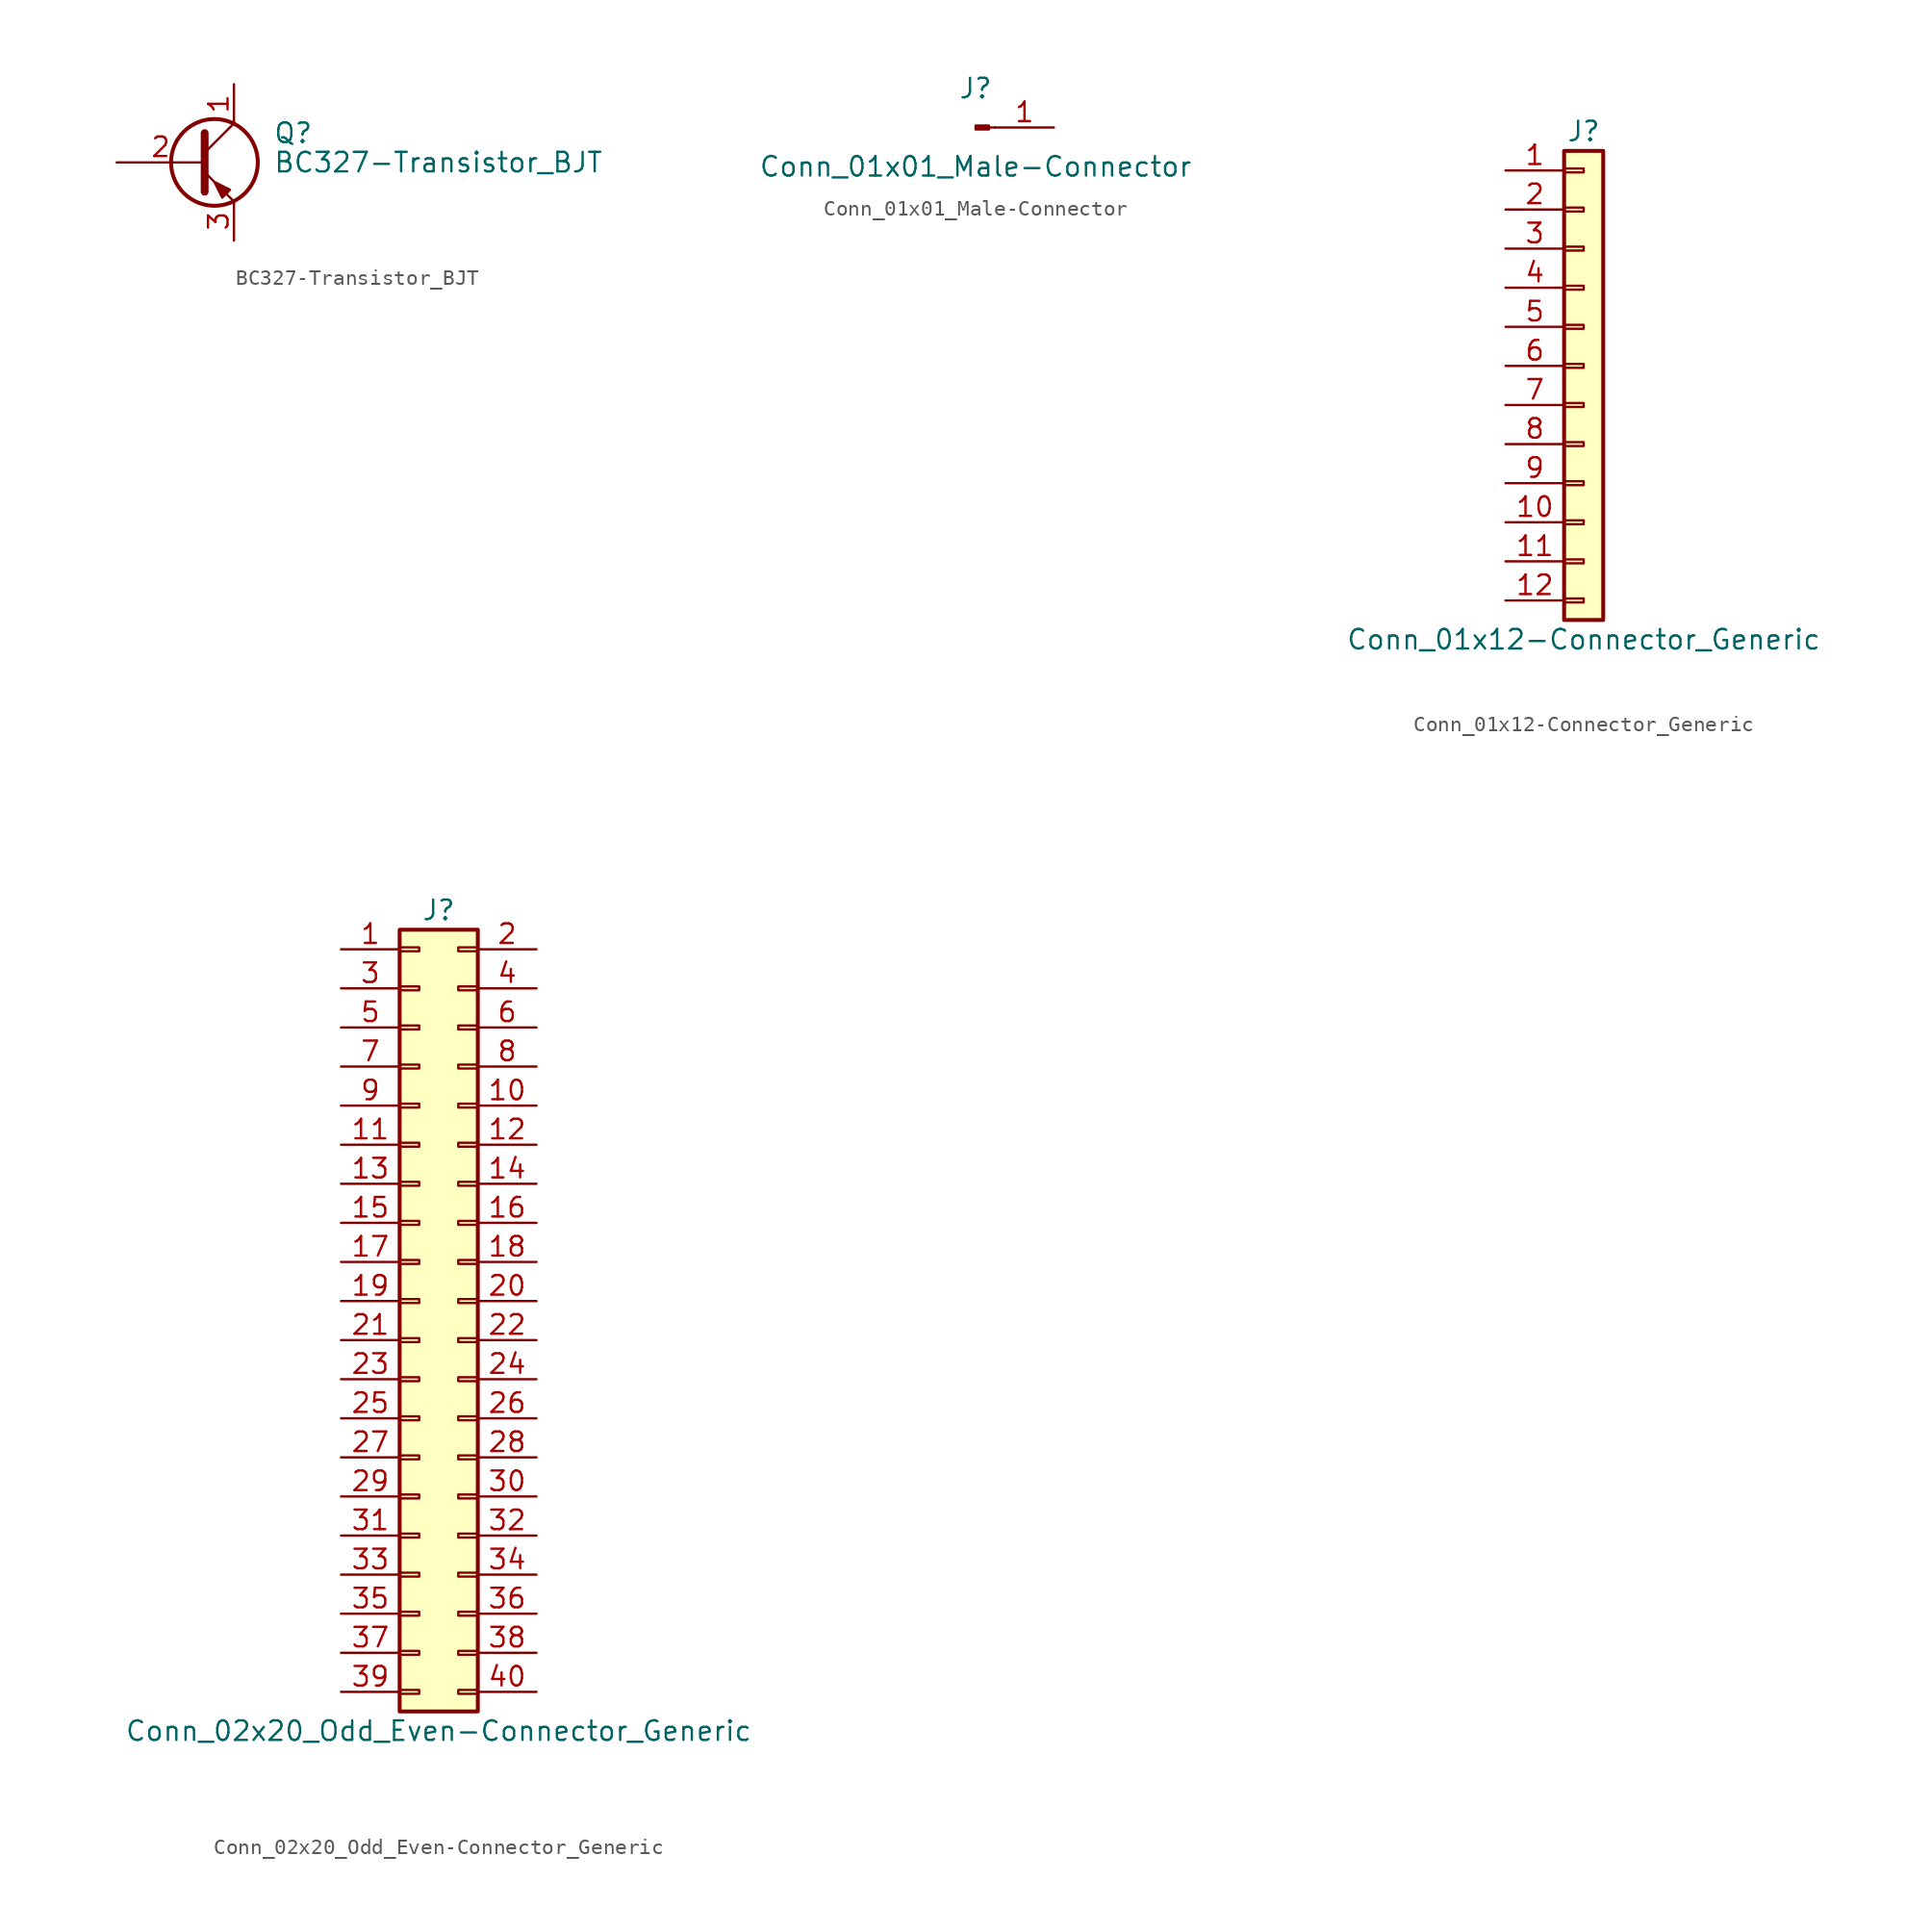
<source format=kicad_sym>
(kicad_symbol_lib
  (version 20220914)
  (generator kicad_symbol_editor)
  (symbol "BC327-Transistor_BJT"
    (pin_names
      (offset 0) hide)
    (property "Reference" "Q"
      (at 5.08 1.905 0)
      (effects (font (size 1.27 1.27)) (justify left)))
    (property "Value" "BC327-Transistor_BJT"
      (at 5.08 0 0)
      (effects (font (size 1.27 1.27)) (justify left)))
    (symbol "BC327-Transistor_BJT_0_1"
      (polyline (pts (xy 0.635 0.635) (xy 2.54 2.54)) (stroke (width 0) (type solid)) (fill (type none)))
      (polyline (pts (xy 0.635 -0.635) (xy 2.54 -2.54) (xy 2.54 -2.54)) (stroke (width 0) (type solid)) (fill (type none)))
      (polyline (pts (xy 0.635 1.905) (xy 0.635 -1.905) (xy 0.635 -1.905)) (stroke (width 0.508) (type solid)) (fill (type none)))
      (polyline (pts (xy 2.286 -1.778) (xy 1.778 -2.286) (xy 1.27 -1.27) (xy 2.286 -1.778) (xy 2.286 -1.778)) (stroke (width 0) (type solid)) (fill (type outline)))
      (circle (center 1.27 0) (radius 2.819) (stroke (width 0.254) (type solid)) (fill (type none))))
    (symbol "BC327-Transistor_BJT_1_1"
      (pin passive line (at 2.54 5.08 270) (length 2.54) (name "C" (effects (font (size 1.27 1.27)))) (number "1" (effects (font (size 1.27 1.27)))))
      (pin input line (at -5.08 0 0) (length 5.715) (name "B" (effects (font (size 1.27 1.27)))) (number "2" (effects (font (size 1.27 1.27)))))
      (pin passive line (at 2.54 -5.08 90) (length 2.54) (name "E" (effects (font (size 1.27 1.27)))) (number "3" (effects (font (size 1.27 1.27)))))))
  (symbol "Conn_01x01_Male-Connector"
    (pin_names
      (offset 1.016) hide)
    (property "Reference" "J"
      (at 0 2.54 0)
      (effects (font (size 1.27 1.27))))
    (property "Value" "Conn_01x01_Male-Connector"
      (at 0 -2.54 0)
      (effects (font (size 1.27 1.27))))
    (symbol "Conn_01x01_Male-Connector_1_1"
      (polyline (pts (xy 1.27 0) (xy 0.864 0)) (stroke (width 0.152) (type solid)) (fill (type none)))
      (rectangle (start 0.864 0.127) (end 0 -0.127) (stroke (width 0.152) (type solid)) (fill (type outline)))
      (pin passive line (at 5.08 0 180) (length 3.81) (name "Pin_1" (effects (font (size 1.27 1.27)))) (number "1" (effects (font (size 1.27 1.27)))))))
  (symbol "Conn_01x12-Connector_Generic"
    (pin_names
      (offset 1.016) hide)
    (property "Reference" "J"
      (at 0 15.24 0)
      (effects (font (size 1.27 1.27))))
    (property "Value" "Conn_01x12-Connector_Generic"
      (at 0 -17.78 0)
      (effects (font (size 1.27 1.27))))
    (symbol "Conn_01x12-Connector_Generic_1_1"
      (rectangle (start -1.27 -15.113) (end 0 -15.367) (stroke (width 0.152) (type solid)) (fill (type none)))
      (rectangle (start -1.27 -12.573) (end 0 -12.827) (stroke (width 0.152) (type solid)) (fill (type none)))
      (rectangle (start -1.27 -10.033) (end 0 -10.287) (stroke (width 0.152) (type solid)) (fill (type none)))
      (rectangle (start -1.27 -7.493) (end 0 -7.747) (stroke (width 0.152) (type solid)) (fill (type none)))
      (rectangle (start -1.27 -4.953) (end 0 -5.207) (stroke (width 0.152) (type solid)) (fill (type none)))
      (rectangle (start -1.27 -2.413) (end 0 -2.667) (stroke (width 0.152) (type solid)) (fill (type none)))
      (rectangle (start -1.27 0.127) (end 0 -0.127) (stroke (width 0.152) (type solid)) (fill (type none)))
      (rectangle (start -1.27 2.667) (end 0 2.413) (stroke (width 0.152) (type solid)) (fill (type none)))
      (rectangle (start -1.27 5.207) (end 0 4.953) (stroke (width 0.152) (type solid)) (fill (type none)))
      (rectangle (start -1.27 7.747) (end 0 7.493) (stroke (width 0.152) (type solid)) (fill (type none)))
      (rectangle (start -1.27 10.287) (end 0 10.033) (stroke (width 0.152) (type solid)) (fill (type none)))
      (rectangle (start -1.27 12.827) (end 0 12.573) (stroke (width 0.152) (type solid)) (fill (type none)))
      (rectangle (start -1.27 13.97) (end 1.27 -16.51) (stroke (width 0.254) (type solid)) (fill (type background)))
      (pin passive line (at -5.08 12.7 0) (length 3.81) (name "Pin_1" (effects (font (size 1.27 1.27)))) (number "1" (effects (font (size 1.27 1.27)))))
      (pin passive line (at -5.08 -10.16 0) (length 3.81) (name "Pin_10" (effects (font (size 1.27 1.27)))) (number "10" (effects (font (size 1.27 1.27)))))
      (pin passive line (at -5.08 -12.7 0) (length 3.81) (name "Pin_11" (effects (font (size 1.27 1.27)))) (number "11" (effects (font (size 1.27 1.27)))))
      (pin passive line (at -5.08 -15.24 0) (length 3.81) (name "Pin_12" (effects (font (size 1.27 1.27)))) (number "12" (effects (font (size 1.27 1.27)))))
      (pin passive line (at -5.08 10.16 0) (length 3.81) (name "Pin_2" (effects (font (size 1.27 1.27)))) (number "2" (effects (font (size 1.27 1.27)))))
      (pin passive line (at -5.08 7.62 0) (length 3.81) (name "Pin_3" (effects (font (size 1.27 1.27)))) (number "3" (effects (font (size 1.27 1.27)))))
      (pin passive line (at -5.08 5.08 0) (length 3.81) (name "Pin_4" (effects (font (size 1.27 1.27)))) (number "4" (effects (font (size 1.27 1.27)))))
      (pin passive line (at -5.08 2.54 0) (length 3.81) (name "Pin_5" (effects (font (size 1.27 1.27)))) (number "5" (effects (font (size 1.27 1.27)))))
      (pin passive line (at -5.08 0 0) (length 3.81) (name "Pin_6" (effects (font (size 1.27 1.27)))) (number "6" (effects (font (size 1.27 1.27)))))
      (pin passive line (at -5.08 -2.54 0) (length 3.81) (name "Pin_7" (effects (font (size 1.27 1.27)))) (number "7" (effects (font (size 1.27 1.27)))))
      (pin passive line (at -5.08 -5.08 0) (length 3.81) (name "Pin_8" (effects (font (size 1.27 1.27)))) (number "8" (effects (font (size 1.27 1.27)))))
      (pin passive line (at -5.08 -7.62 0) (length 3.81) (name "Pin_9" (effects (font (size 1.27 1.27)))) (number "9" (effects (font (size 1.27 1.27)))))))
  (symbol "Conn_02x20_Odd_Even-Connector_Generic"
    (pin_names
      (offset 1.016) hide)
    (property "Reference" "J"
      (at 1.27 25.4 0)
      (effects (font (size 1.27 1.27))))
    (property "Value" "Conn_02x20_Odd_Even-Connector_Generic"
      (at 1.27 -27.94 0)
      (effects (font (size 1.27 1.27))))
    (symbol "Conn_02x20_Odd_Even-Connector_Generic_1_1"
      (rectangle (start -1.27 -25.273) (end 0 -25.527) (stroke (width 0.152) (type solid)) (fill (type none)))
      (rectangle (start -1.27 -22.733) (end 0 -22.987) (stroke (width 0.152) (type solid)) (fill (type none)))
      (rectangle (start -1.27 -20.193) (end 0 -20.447) (stroke (width 0.152) (type solid)) (fill (type none)))
      (rectangle (start -1.27 -17.653) (end 0 -17.907) (stroke (width 0.152) (type solid)) (fill (type none)))
      (rectangle (start -1.27 -15.113) (end 0 -15.367) (stroke (width 0.152) (type solid)) (fill (type none)))
      (rectangle (start -1.27 -12.573) (end 0 -12.827) (stroke (width 0.152) (type solid)) (fill (type none)))
      (rectangle (start -1.27 -10.033) (end 0 -10.287) (stroke (width 0.152) (type solid)) (fill (type none)))
      (rectangle (start -1.27 -7.493) (end 0 -7.747) (stroke (width 0.152) (type solid)) (fill (type none)))
      (rectangle (start -1.27 -4.953) (end 0 -5.207) (stroke (width 0.152) (type solid)) (fill (type none)))
      (rectangle (start -1.27 -2.413) (end 0 -2.667) (stroke (width 0.152) (type solid)) (fill (type none)))
      (rectangle (start -1.27 0.127) (end 0 -0.127) (stroke (width 0.152) (type solid)) (fill (type none)))
      (rectangle (start -1.27 2.667) (end 0 2.413) (stroke (width 0.152) (type solid)) (fill (type none)))
      (rectangle (start -1.27 5.207) (end 0 4.953) (stroke (width 0.152) (type solid)) (fill (type none)))
      (rectangle (start -1.27 7.747) (end 0 7.493) (stroke (width 0.152) (type solid)) (fill (type none)))
      (rectangle (start -1.27 10.287) (end 0 10.033) (stroke (width 0.152) (type solid)) (fill (type none)))
      (rectangle (start -1.27 12.827) (end 0 12.573) (stroke (width 0.152) (type solid)) (fill (type none)))
      (rectangle (start -1.27 15.367) (end 0 15.113) (stroke (width 0.152) (type solid)) (fill (type none)))
      (rectangle (start -1.27 17.907) (end 0 17.653) (stroke (width 0.152) (type solid)) (fill (type none)))
      (rectangle (start -1.27 20.447) (end 0 20.193) (stroke (width 0.152) (type solid)) (fill (type none)))
      (rectangle (start -1.27 22.987) (end 0 22.733) (stroke (width 0.152) (type solid)) (fill (type none)))
      (rectangle (start -1.27 24.13) (end 3.81 -26.67) (stroke (width 0.254) (type solid)) (fill (type background)))
      (rectangle (start 3.81 -25.273) (end 2.54 -25.527) (stroke (width 0.152) (type solid)) (fill (type none)))
      (rectangle (start 3.81 -22.733) (end 2.54 -22.987) (stroke (width 0.152) (type solid)) (fill (type none)))
      (rectangle (start 3.81 -20.193) (end 2.54 -20.447) (stroke (width 0.152) (type solid)) (fill (type none)))
      (rectangle (start 3.81 -17.653) (end 2.54 -17.907) (stroke (width 0.152) (type solid)) (fill (type none)))
      (rectangle (start 3.81 -15.113) (end 2.54 -15.367) (stroke (width 0.152) (type solid)) (fill (type none)))
      (rectangle (start 3.81 -12.573) (end 2.54 -12.827) (stroke (width 0.152) (type solid)) (fill (type none)))
      (rectangle (start 3.81 -10.033) (end 2.54 -10.287) (stroke (width 0.152) (type solid)) (fill (type none)))
      (rectangle (start 3.81 -7.493) (end 2.54 -7.747) (stroke (width 0.152) (type solid)) (fill (type none)))
      (rectangle (start 3.81 -4.953) (end 2.54 -5.207) (stroke (width 0.152) (type solid)) (fill (type none)))
      (rectangle (start 3.81 -2.413) (end 2.54 -2.667) (stroke (width 0.152) (type solid)) (fill (type none)))
      (rectangle (start 3.81 0.127) (end 2.54 -0.127) (stroke (width 0.152) (type solid)) (fill (type none)))
      (rectangle (start 3.81 2.667) (end 2.54 2.413) (stroke (width 0.152) (type solid)) (fill (type none)))
      (rectangle (start 3.81 5.207) (end 2.54 4.953) (stroke (width 0.152) (type solid)) (fill (type none)))
      (rectangle (start 3.81 7.747) (end 2.54 7.493) (stroke (width 0.152) (type solid)) (fill (type none)))
      (rectangle (start 3.81 10.287) (end 2.54 10.033) (stroke (width 0.152) (type solid)) (fill (type none)))
      (rectangle (start 3.81 12.827) (end 2.54 12.573) (stroke (width 0.152) (type solid)) (fill (type none)))
      (rectangle (start 3.81 15.367) (end 2.54 15.113) (stroke (width 0.152) (type solid)) (fill (type none)))
      (rectangle (start 3.81 17.907) (end 2.54 17.653) (stroke (width 0.152) (type solid)) (fill (type none)))
      (rectangle (start 3.81 20.447) (end 2.54 20.193) (stroke (width 0.152) (type solid)) (fill (type none)))
      (rectangle (start 3.81 22.987) (end 2.54 22.733) (stroke (width 0.152) (type solid)) (fill (type none)))
      (pin passive line (at -5.08 22.86 0) (length 3.81) (name "Pin_1" (effects (font (size 1.27 1.27)))) (number "1" (effects (font (size 1.27 1.27)))))
      (pin passive line (at 7.62 12.7 180) (length 3.81) (name "Pin_10" (effects (font (size 1.27 1.27)))) (number "10" (effects (font (size 1.27 1.27)))))
      (pin passive line (at -5.08 10.16 0) (length 3.81) (name "Pin_11" (effects (font (size 1.27 1.27)))) (number "11" (effects (font (size 1.27 1.27)))))
      (pin passive line (at 7.62 10.16 180) (length 3.81) (name "Pin_12" (effects (font (size 1.27 1.27)))) (number "12" (effects (font (size 1.27 1.27)))))
      (pin passive line (at -5.08 7.62 0) (length 3.81) (name "Pin_13" (effects (font (size 1.27 1.27)))) (number "13" (effects (font (size 1.27 1.27)))))
      (pin passive line (at 7.62 7.62 180) (length 3.81) (name "Pin_14" (effects (font (size 1.27 1.27)))) (number "14" (effects (font (size 1.27 1.27)))))
      (pin passive line (at -5.08 5.08 0) (length 3.81) (name "Pin_15" (effects (font (size 1.27 1.27)))) (number "15" (effects (font (size 1.27 1.27)))))
      (pin passive line (at 7.62 5.08 180) (length 3.81) (name "Pin_16" (effects (font (size 1.27 1.27)))) (number "16" (effects (font (size 1.27 1.27)))))
      (pin passive line (at -5.08 2.54 0) (length 3.81) (name "Pin_17" (effects (font (size 1.27 1.27)))) (number "17" (effects (font (size 1.27 1.27)))))
      (pin passive line (at 7.62 2.54 180) (length 3.81) (name "Pin_18" (effects (font (size 1.27 1.27)))) (number "18" (effects (font (size 1.27 1.27)))))
      (pin passive line (at -5.08 0 0) (length 3.81) (name "Pin_19" (effects (font (size 1.27 1.27)))) (number "19" (effects (font (size 1.27 1.27)))))
      (pin passive line (at 7.62 22.86 180) (length 3.81) (name "Pin_2" (effects (font (size 1.27 1.27)))) (number "2" (effects (font (size 1.27 1.27)))))
      (pin passive line (at 7.62 0 180) (length 3.81) (name "Pin_20" (effects (font (size 1.27 1.27)))) (number "20" (effects (font (size 1.27 1.27)))))
      (pin passive line (at -5.08 -2.54 0) (length 3.81) (name "Pin_21" (effects (font (size 1.27 1.27)))) (number "21" (effects (font (size 1.27 1.27)))))
      (pin passive line (at 7.62 -2.54 180) (length 3.81) (name "Pin_22" (effects (font (size 1.27 1.27)))) (number "22" (effects (font (size 1.27 1.27)))))
      (pin passive line (at -5.08 -5.08 0) (length 3.81) (name "Pin_23" (effects (font (size 1.27 1.27)))) (number "23" (effects (font (size 1.27 1.27)))))
      (pin passive line (at 7.62 -5.08 180) (length 3.81) (name "Pin_24" (effects (font (size 1.27 1.27)))) (number "24" (effects (font (size 1.27 1.27)))))
      (pin passive line (at -5.08 -7.62 0) (length 3.81) (name "Pin_25" (effects (font (size 1.27 1.27)))) (number "25" (effects (font (size 1.27 1.27)))))
      (pin passive line (at 7.62 -7.62 180) (length 3.81) (name "Pin_26" (effects (font (size 1.27 1.27)))) (number "26" (effects (font (size 1.27 1.27)))))
      (pin passive line (at -5.08 -10.16 0) (length 3.81) (name "Pin_27" (effects (font (size 1.27 1.27)))) (number "27" (effects (font (size 1.27 1.27)))))
      (pin passive line (at 7.62 -10.16 180) (length 3.81) (name "Pin_28" (effects (font (size 1.27 1.27)))) (number "28" (effects (font (size 1.27 1.27)))))
      (pin passive line (at -5.08 -12.7 0) (length 3.81) (name "Pin_29" (effects (font (size 1.27 1.27)))) (number "29" (effects (font (size 1.27 1.27)))))
      (pin passive line (at -5.08 20.32 0) (length 3.81) (name "Pin_3" (effects (font (size 1.27 1.27)))) (number "3" (effects (font (size 1.27 1.27)))))
      (pin passive line (at 7.62 -12.7 180) (length 3.81) (name "Pin_30" (effects (font (size 1.27 1.27)))) (number "30" (effects (font (size 1.27 1.27)))))
      (pin passive line (at -5.08 -15.24 0) (length 3.81) (name "Pin_31" (effects (font (size 1.27 1.27)))) (number "31" (effects (font (size 1.27 1.27)))))
      (pin passive line (at 7.62 -15.24 180) (length 3.81) (name "Pin_32" (effects (font (size 1.27 1.27)))) (number "32" (effects (font (size 1.27 1.27)))))
      (pin passive line (at -5.08 -17.78 0) (length 3.81) (name "Pin_33" (effects (font (size 1.27 1.27)))) (number "33" (effects (font (size 1.27 1.27)))))
      (pin passive line (at 7.62 -17.78 180) (length 3.81) (name "Pin_34" (effects (font (size 1.27 1.27)))) (number "34" (effects (font (size 1.27 1.27)))))
      (pin passive line (at -5.08 -20.32 0) (length 3.81) (name "Pin_35" (effects (font (size 1.27 1.27)))) (number "35" (effects (font (size 1.27 1.27)))))
      (pin passive line (at 7.62 -20.32 180) (length 3.81) (name "Pin_36" (effects (font (size 1.27 1.27)))) (number "36" (effects (font (size 1.27 1.27)))))
      (pin passive line (at -5.08 -22.86 0) (length 3.81) (name "Pin_37" (effects (font (size 1.27 1.27)))) (number "37" (effects (font (size 1.27 1.27)))))
      (pin passive line (at 7.62 -22.86 180) (length 3.81) (name "Pin_38" (effects (font (size 1.27 1.27)))) (number "38" (effects (font (size 1.27 1.27)))))
      (pin passive line (at -5.08 -25.4 0) (length 3.81) (name "Pin_39" (effects (font (size 1.27 1.27)))) (number "39" (effects (font (size 1.27 1.27)))))
      (pin passive line (at 7.62 20.32 180) (length 3.81) (name "Pin_4" (effects (font (size 1.27 1.27)))) (number "4" (effects (font (size 1.27 1.27)))))
      (pin passive line (at 7.62 -25.4 180) (length 3.81) (name "Pin_40" (effects (font (size 1.27 1.27)))) (number "40" (effects (font (size 1.27 1.27)))))
      (pin passive line (at -5.08 17.78 0) (length 3.81) (name "Pin_5" (effects (font (size 1.27 1.27)))) (number "5" (effects (font (size 1.27 1.27)))))
      (pin passive line (at 7.62 17.78 180) (length 3.81) (name "Pin_6" (effects (font (size 1.27 1.27)))) (number "6" (effects (font (size 1.27 1.27)))))
      (pin passive line (at -5.08 15.24 0) (length 3.81) (name "Pin_7" (effects (font (size 1.27 1.27)))) (number "7" (effects (font (size 1.27 1.27)))))
      (pin passive line (at 7.62 15.24 180) (length 3.81) (name "Pin_8" (effects (font (size 1.27 1.27)))) (number "8" (effects (font (size 1.27 1.27)))))
      (pin passive line (at -5.08 12.7 0) (length 3.81) (name "Pin_9" (effects (font (size 1.27 1.27)))) (number "9" (effects (font (size 1.27 1.27))))))))
</source>
